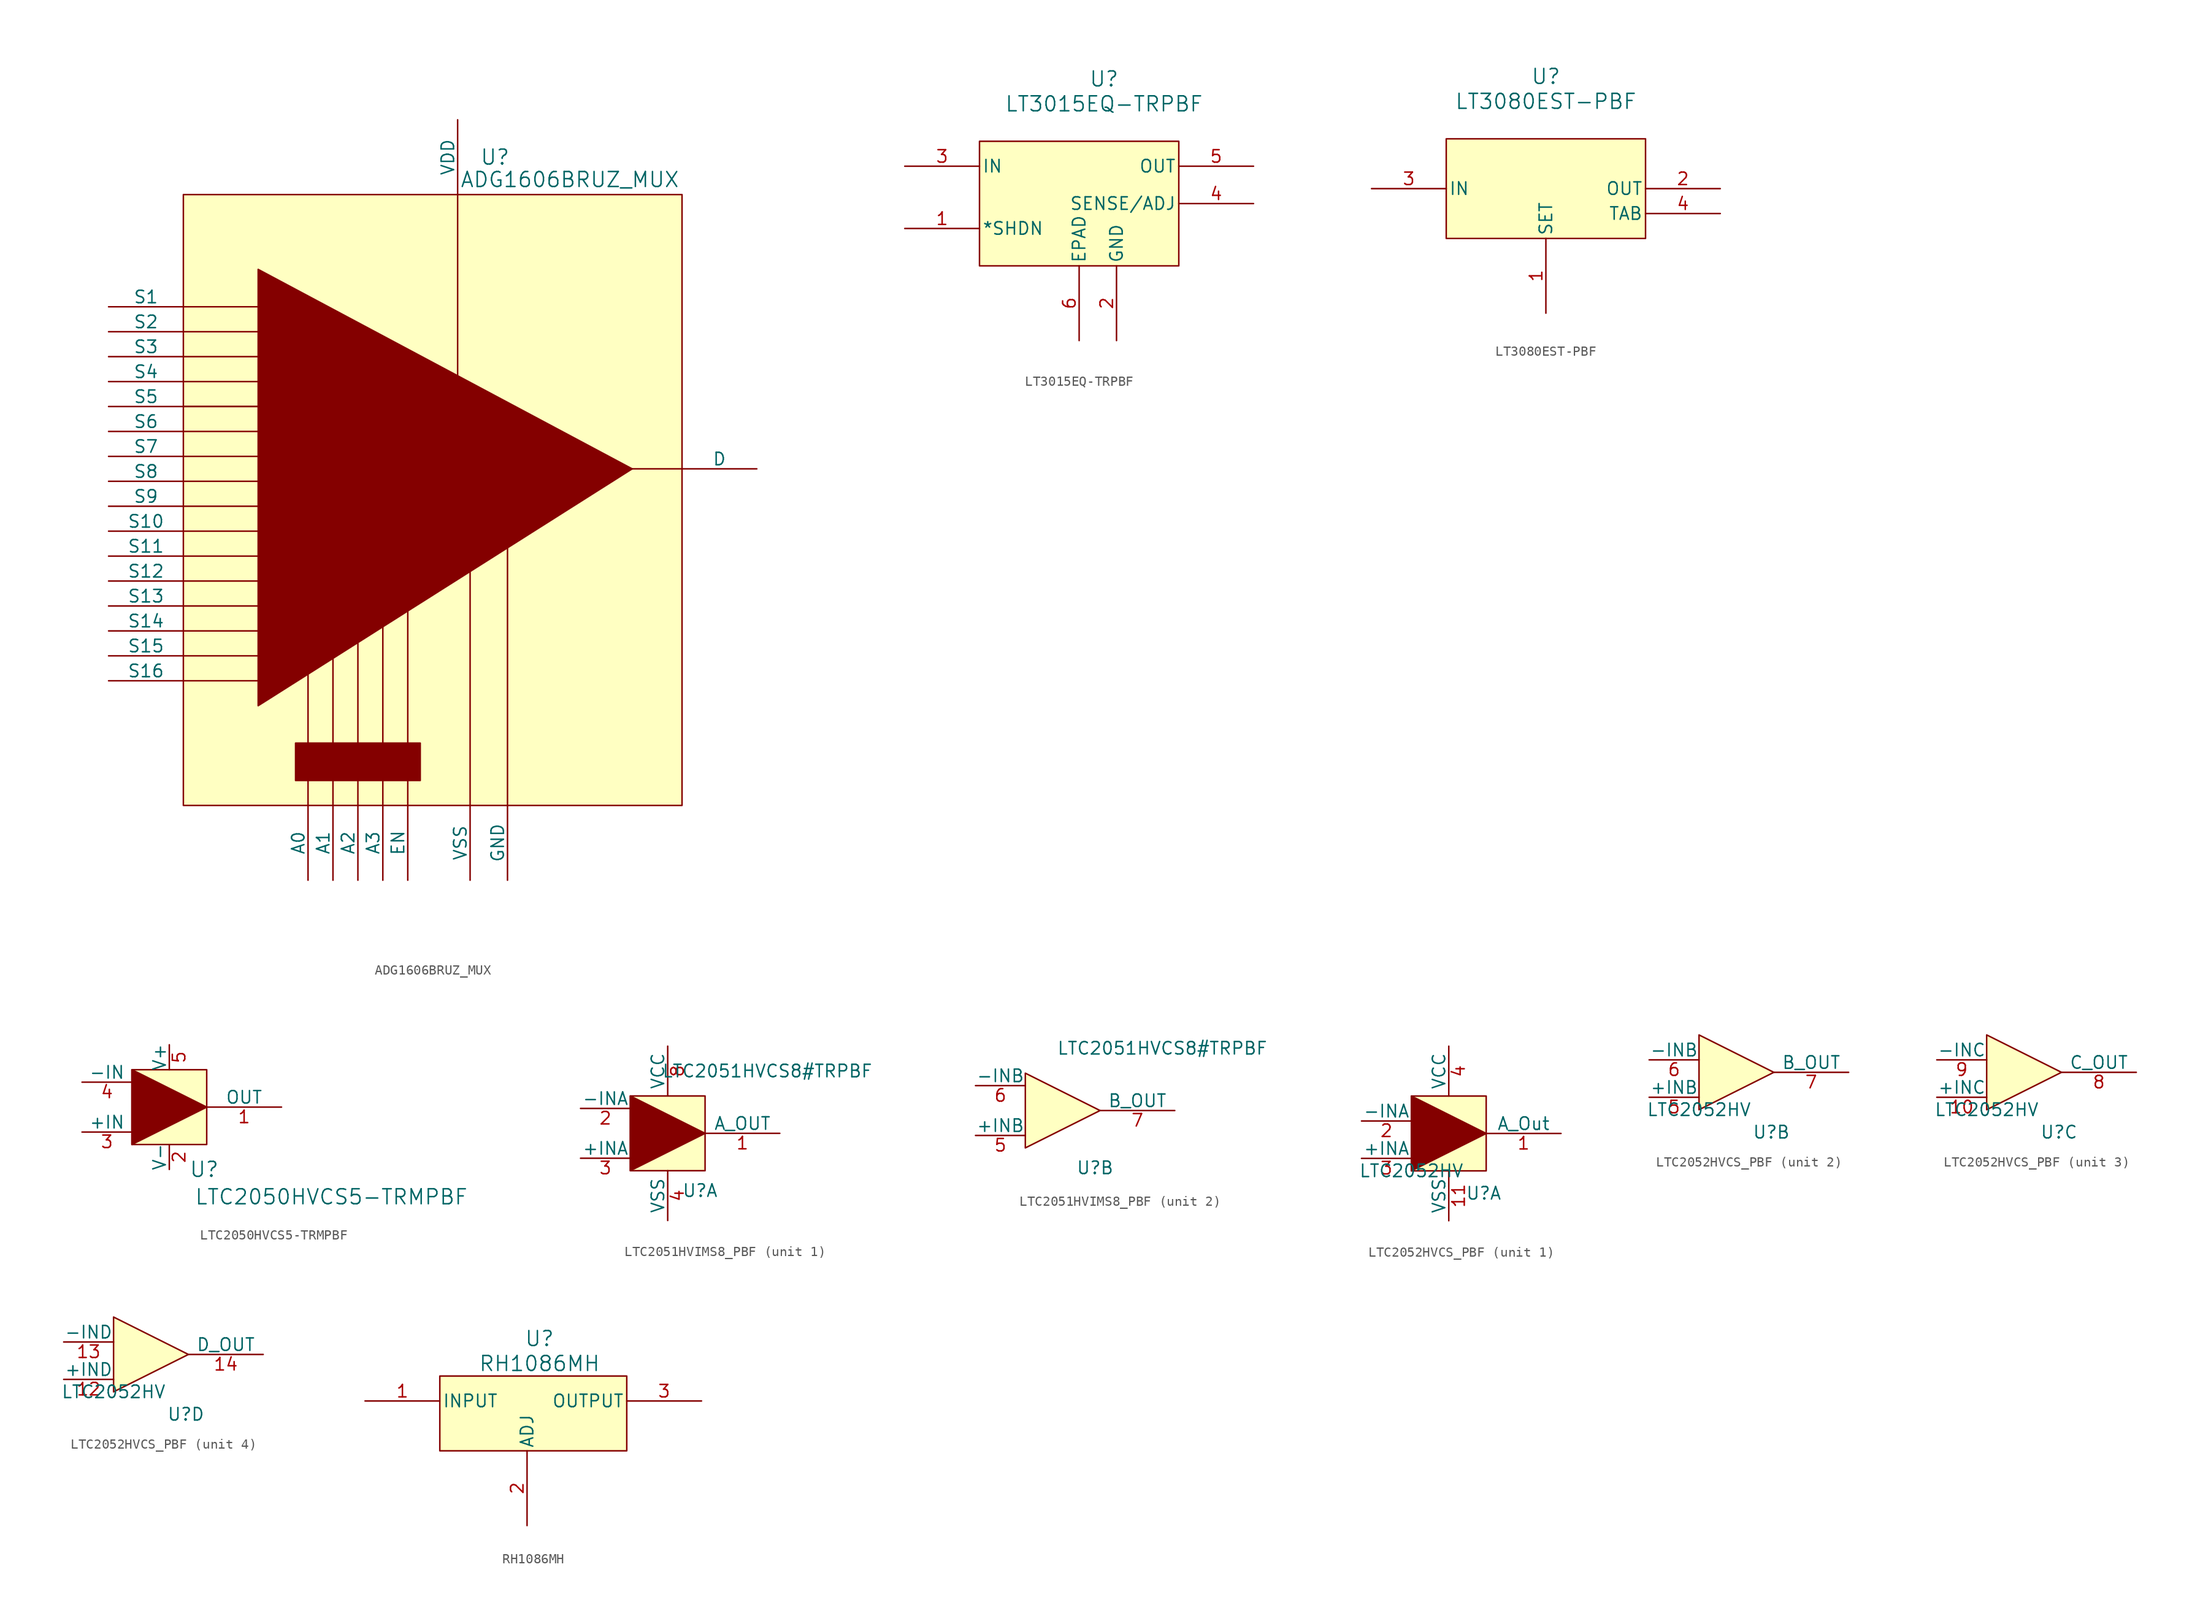
<source format=kicad_sym>
(kicad_symbol_lib
  (version 20231120)
  (generator "kicad_symbol_editor")
  (generator_version "8.0")
  (symbol "ADG1606BRUZ_MUX"
    (pin_numbers hide)
    (pin_names
      (offset 0))
    (property "Reference" "U"
      (at 31.75 66.04 0)
      (effects (font (size 1.524 1.524))))
    (property "Value" "ADG1606BRUZ_MUX"
      (at 39.37 63.754 0)
      (effects (font (size 1.524 1.524))))
    (symbol "ADG1606BRUZ_MUX_0_1"
      (polyline (pts (xy 0 12.7) (xy 7.62 12.7)) (stroke (width 0) (type default)) (fill (type none)))
      (polyline (pts (xy 0 15.24) (xy 7.62 15.24)) (stroke (width 0) (type default)) (fill (type none)))
      (polyline (pts (xy 0 27.94) (xy 7.62 27.94)) (stroke (width 0) (type default)) (fill (type none)))
      (polyline (pts (xy 0 30.48) (xy 7.62 30.48)) (stroke (width 0) (type default)) (fill (type none)))
      (polyline (pts (xy 0 40.64) (xy 7.62 40.64)) (stroke (width 0) (type default)) (fill (type none)))
      (polyline (pts (xy 0 43.18) (xy 7.62 43.18)) (stroke (width 0) (type default)) (fill (type none)))
      (pin power_in line (at 27.94 69.85 270) (length 7.62) (name "VDD" (effects (font (size 1.27 1.27)))) (number "1" (effects (font (size 1.27 1.27)))))
      (pin bidirectional line (at -7.62 27.94 0) (length 7.62) (name "S10" (effects (font (size 1.27 1.27)))) (number "10" (effects (font (size 1.27 1.27)))))
      (pin bidirectional line (at -7.62 30.48 0) (length 7.62) (name "S9" (effects (font (size 1.27 1.27)))) (number "11" (effects (font (size 1.27 1.27)))))
      (pin power_in line (at 33.02 -7.62 90) (length 7.62) (name "GND" (effects (font (size 1.27 1.27)))) (number "12" (effects (font (size 1.27 1.27)))))
      (pin input line (at 20.32 -7.62 90) (length 7.62) (name "A3" (effects (font (size 1.27 1.27)))) (number "14" (effects (font (size 1.27 1.27)))))
      (pin input line (at 17.78 -7.62 90) (length 7.62) (name "A2" (effects (font (size 1.27 1.27)))) (number "15" (effects (font (size 1.27 1.27)))))
      (pin input line (at 15.24 -7.62 90) (length 7.62) (name "A1" (effects (font (size 1.27 1.27)))) (number "16" (effects (font (size 1.27 1.27)))))
      (pin input line (at 12.7 -7.62 90) (length 7.62) (name "A0" (effects (font (size 1.27 1.27)))) (number "17" (effects (font (size 1.27 1.27)))))
      (pin input line (at 22.86 -7.62 90) (length 7.62) (name "EN" (effects (font (size 1.27 1.27)))) (number "18" (effects (font (size 1.27 1.27)))))
      (pin bidirectional line (at -7.62 50.8 0) (length 7.62) (name "S1" (effects (font (size 1.27 1.27)))) (number "19" (effects (font (size 1.27 1.27)))))
      (pin bidirectional line (at -7.62 48.26 0) (length 7.62) (name "S2" (effects (font (size 1.27 1.27)))) (number "20" (effects (font (size 1.27 1.27)))))
      (pin bidirectional line (at -7.62 45.72 0) (length 7.62) (name "S3" (effects (font (size 1.27 1.27)))) (number "21" (effects (font (size 1.27 1.27)))))
      (pin bidirectional line (at -7.62 43.18 0) (length 7.62) (name "S4" (effects (font (size 1.27 1.27)))) (number "22" (effects (font (size 1.27 1.27)))))
      (pin bidirectional line (at -7.62 40.64 0) (length 7.62) (name "S5" (effects (font (size 1.27 1.27)))) (number "23" (effects (font (size 1.27 1.27)))))
      (pin bidirectional line (at -7.62 38.1 0) (length 7.62) (name "S6" (effects (font (size 1.27 1.27)))) (number "24" (effects (font (size 1.27 1.27)))))
      (pin bidirectional line (at -7.62 35.56 0) (length 7.62) (name "S7" (effects (font (size 1.27 1.27)))) (number "25" (effects (font (size 1.27 1.27)))))
      (pin bidirectional line (at -7.62 33.02 0) (length 7.62) (name "S8" (effects (font (size 1.27 1.27)))) (number "26" (effects (font (size 1.27 1.27)))))
      (pin power_in line (at 29.21 -7.62 90) (length 7.62) (name "VSS" (effects (font (size 1.27 1.27)))) (number "27" (effects (font (size 1.27 1.27)))))
      (pin bidirectional line (at 58.42 34.29 180) (length 7.62) (name "D" (effects (font (size 1.27 1.27)))) (number "28" (effects (font (size 1.27 1.27)))))
      (pin bidirectional line (at -7.62 12.7 0) (length 7.62) (name "S16" (effects (font (size 1.27 1.27)))) (number "4" (effects (font (size 1.27 1.27)))))
      (pin bidirectional line (at -7.62 15.24 0) (length 7.62) (name "S15" (effects (font (size 1.27 1.27)))) (number "5" (effects (font (size 1.27 1.27)))))
      (pin bidirectional line (at -7.62 17.78 0) (length 7.62) (name "S14" (effects (font (size 1.27 1.27)))) (number "6" (effects (font (size 1.27 1.27)))))
      (pin bidirectional line (at -7.62 20.32 0) (length 7.62) (name "S13" (effects (font (size 1.27 1.27)))) (number "7" (effects (font (size 1.27 1.27)))))
      (pin bidirectional line (at -7.62 22.86 0) (length 7.62) (name "S12" (effects (font (size 1.27 1.27)))) (number "8" (effects (font (size 1.27 1.27)))))
      (pin bidirectional line (at -7.62 25.4 0) (length 7.62) (name "S11" (effects (font (size 1.27 1.27)))) (number "9" (effects (font (size 1.27 1.27))))))
    (symbol "ADG1606BRUZ_MUX_1_1"
      (polyline (pts (xy 0 17.78) (xy 7.62 17.78)) (stroke (width 0) (type default)) (fill (type none)))
      (polyline (pts (xy 0 20.32) (xy 7.62 20.32)) (stroke (width 0) (type default)) (fill (type none)))
      (polyline (pts (xy 0 22.86) (xy 7.62 22.86)) (stroke (width 0) (type default)) (fill (type none)))
      (polyline (pts (xy 0 25.4) (xy 7.62 25.4)) (stroke (width 0) (type default)) (fill (type none)))
      (polyline (pts (xy 0 33.02) (xy 7.62 33.02)) (stroke (width 0) (type default)) (fill (type none)))
      (polyline (pts (xy 0 35.56) (xy 7.62 35.56)) (stroke (width 0) (type default)) (fill (type none)))
      (polyline (pts (xy 0 38.1) (xy 7.62 38.1)) (stroke (width 0) (type default)) (fill (type none)))
      (polyline (pts (xy 0 40.64) (xy 7.62 40.64)) (stroke (width 0) (type default)) (fill (type none)))
      (polyline (pts (xy 0 45.72) (xy 7.62 45.72)) (stroke (width 0) (type default)) (fill (type none)))
      (polyline (pts (xy 0 48.26) (xy 7.62 48.26)) (stroke (width 0) (type default)) (fill (type none)))
      (polyline (pts (xy 0 50.8) (xy 7.62 50.8)) (stroke (width 0) (type default)) (fill (type none)))
      (polyline (pts (xy 12.7 0) (xy 12.7 13.97)) (stroke (width 0) (type default)) (fill (type none)))
      (polyline (pts (xy 15.24 0) (xy 15.24 15.24)) (stroke (width 0) (type default)) (fill (type none)))
      (polyline (pts (xy 17.78 0) (xy 17.78 16.51)) (stroke (width 0) (type default)) (fill (type none)))
      (polyline (pts (xy 20.32 0) (xy 20.32 20.32)) (stroke (width 0) (type default)) (fill (type none)))
      (polyline (pts (xy 22.86 0) (xy 22.86 20.32)) (stroke (width 0) (type default)) (fill (type none)))
      (polyline (pts (xy 27.94 62.23) (xy 27.94 43.18)) (stroke (width 0) (type default)) (fill (type none)))
      (polyline (pts (xy 29.21 0) (xy 29.21 26.67)) (stroke (width 0) (type default)) (fill (type none)))
      (polyline (pts (xy 33.02 0) (xy 33.02 27.94)) (stroke (width 0) (type default)) (fill (type none)))
      (polyline (pts (xy 50.8 34.29) (xy 45.72 34.29)) (stroke (width 0) (type default)) (fill (type none)))
      (polyline (pts (xy 7.62 10.16) (xy 7.62 54.61) (xy 45.72 34.29) (xy 7.62 10.16)) (stroke (width 0) (type default)) (fill (type outline)))
      (rectangle (start 0 62.23) (end 50.8 0) (stroke (width 0) (type default)) (fill (type background)))
      (rectangle (start 11.43 6.35) (end 24.13 2.54) (stroke (width 0) (type default)) (fill (type outline)))
      (pin no_connect line (at -7.62 3.81 0) (length 7.62) hide (name "NC" (effects (font (size 1.27 1.27)))) (number "13" (effects (font (size 1.27 1.27)))))
      (pin no_connect line (at -7.62 8.89 0) (length 7.62) hide (name "NC" (effects (font (size 1.27 1.27)))) (number "2" (effects (font (size 1.27 1.27)))))
      (pin no_connect line (at -7.62 6.35 0) (length 7.62) hide (name "NC" (effects (font (size 1.27 1.27)))) (number "3" (effects (font (size 1.27 1.27)))))))
  (symbol "LT3015EQ-TRPBF"
    (pin_names
      (offset 0.254))
    (property "Reference" "U"
      (at 25.4 10.16 0)
      (effects (font (size 1.524 1.524))))
    (property "Value" "LT3015EQ-TRPBF"
      (at 25.4 7.62 0)
      (effects (font (size 1.524 1.524))))
    (property "ki_locked" ""
      (at 0 0 0)
      (effects (font (size 1.27 1.27))))
    (symbol "LT3015EQ-TRPBF_0_1"
      (pin bidirectional line (at 5.08 -5.08 0) (length 7.62) (name "*SHDN" (effects (font (size 1.27 1.27)))) (number "1" (effects (font (size 1.27 1.27)))))
      (pin power_in line (at 26.67 -16.51 90) (length 7.62) (name "GND" (effects (font (size 1.27 1.27)))) (number "2" (effects (font (size 1.27 1.27)))))
      (pin input line (at 5.08 1.27 0) (length 7.62) (name "IN" (effects (font (size 1.27 1.27)))) (number "3" (effects (font (size 1.27 1.27)))))
      (pin input line (at 40.64 -2.54 180) (length 7.62) (name "SENSE/ADJ" (effects (font (size 1.27 1.27)))) (number "4" (effects (font (size 1.27 1.27)))))
      (pin output line (at 40.64 1.27 180) (length 7.62) (name "OUT" (effects (font (size 1.27 1.27)))) (number "5" (effects (font (size 1.27 1.27)))))
      (pin unspecified line (at 22.86 -16.51 90) (length 7.62) (name "EPAD" (effects (font (size 1.27 1.27)))) (number "6" (effects (font (size 1.27 1.27))))))
    (symbol "LT3015EQ-TRPBF_1_1"
      (rectangle (start 12.7 3.81) (end 33.02 -8.89) (stroke (width 0) (type default)) (fill (type background)))))
  (symbol "LT3080EST-PBF"
    (pin_names
      (offset 0.254))
    (property "Reference" "U"
      (at 10.16 16.51 0)
      (effects (font (size 1.524 1.524))))
    (property "Value" "LT3080EST-PBF"
      (at 10.16 13.97 0)
      (effects (font (size 1.524 1.524))))
    (symbol "LT3080EST-PBF_0_1"
      (pin input line (at 10.16 -7.62 90) (length 7.62) (name "SET" (effects (font (size 1.27 1.27)))) (number "1" (effects (font (size 1.27 1.27)))))
      (pin output line (at 27.94 5.08 180) (length 7.62) (name "OUT" (effects (font (size 1.27 1.27)))) (number "2" (effects (font (size 1.27 1.27)))))
      (pin power_in line (at -7.62 5.08 0) (length 7.62) (name "IN" (effects (font (size 1.27 1.27)))) (number "3" (effects (font (size 1.27 1.27))))))
    (symbol "LT3080EST-PBF_1_1"
      (rectangle (start 0 10.16) (end 20.32 0) (stroke (width 0) (type default)) (fill (type background)))
      (pin output line (at 27.94 2.54 180) (length 7.62) (name "TAB" (effects (font (size 1.27 1.27)))) (number "4" (effects (font (size 1.27 1.27)))))))
  (symbol "LTC2050HVCS5-TRMPBF"
    (pin_names
      (offset 0))
    (property "Reference" "U"
      (at 7.366 -2.54 0)
      (effects (font (size 1.524 1.524))))
    (property "Value" "LTC2050HVCS5-TRMPBF"
      (at 20.32 -5.334 0)
      (effects (font (size 1.524 1.524))))
    (symbol "LTC2050HVCS5-TRMPBF_1_1"
      (polyline (pts (xy 0 0) (xy 0 7.62) (xy 7.62 3.81) (xy 0 0)) (stroke (width 0) (type default)) (fill (type outline)))
      (rectangle (start 0 7.62) (end 7.62 0) (stroke (width 0) (type default)) (fill (type background)))
      (pin output line (at 15.24 3.81 180) (length 7.62) (name "OUT" (effects (font (size 1.27 1.27)))) (number "1" (effects (font (size 1.27 1.27)))))
      (pin power_in line (at 3.81 -2.54 90) (length 2.54) (name "V-" (effects (font (size 1.27 1.27)))) (number "2" (effects (font (size 1.27 1.27)))))
      (pin input line (at -5.08 1.27 0) (length 5.08) (name "+IN" (effects (font (size 1.27 1.27)))) (number "3" (effects (font (size 1.27 1.27)))))
      (pin input line (at -5.08 6.35 0) (length 5.08) (name "-IN" (effects (font (size 1.27 1.27)))) (number "4" (effects (font (size 1.27 1.27)))))
      (pin power_in line (at 3.81 10.16 270) (length 2.54) (name "V+" (effects (font (size 1.27 1.27)))) (number "5" (effects (font (size 1.27 1.27)))))))
  (symbol "LTC2051HVIMS8_PBF"
    (pin_names
      (offset 0))
    (property "Reference" "U"
      (at 7.112 -2.032 0)
      (effects (font (size 1.27 1.27))))
    (property "Value" "LTC2051HVCS8#TRPBF"
      (at 13.97 10.16 0)
      (effects (font (size 1.27 1.27))))
    (property "ki_locked" ""
      (at 0 0 0)
      (effects (font (size 1.27 1.27))))
    (symbol "LTC2051HVIMS8_PBF_1_1"
      (polyline (pts (xy 0 0) (xy 0 7.62) (xy 7.62 3.81) (xy 0 0)) (stroke (width 0) (type default)) (fill (type outline)))
      (rectangle (start 0 7.62) (end 7.62 0) (stroke (width 0) (type default)) (fill (type background)))
      (pin output line (at 15.24 3.81 180) (length 7.62) (name "A_OUT" (effects (font (size 1.27 1.27)))) (number "1" (effects (font (size 1.27 1.27)))))
      (pin input line (at -5.08 6.35 0) (length 5.08) (name "-INA" (effects (font (size 1.27 1.27)))) (number "2" (effects (font (size 1.27 1.27)))))
      (pin input line (at -5.08 1.27 0) (length 5.08) (name "+INA" (effects (font (size 1.27 1.27)))) (number "3" (effects (font (size 1.27 1.27)))))
      (pin power_in line (at 3.81 -5.08 90) (length 5.08) (name "VSS" (effects (font (size 1.27 1.27)))) (number "4" (effects (font (size 1.27 1.27)))))
      (pin power_in line (at 3.81 12.7 270) (length 5.08) (name "VCC" (effects (font (size 1.27 1.27)))) (number "8" (effects (font (size 1.27 1.27))))))
    (symbol "LTC2051HVIMS8_PBF_2_1"
      (polyline (pts (xy 0 0) (xy 0 7.62) (xy 7.62 3.81) (xy 0 0)) (stroke (width 0) (type default)) (fill (type background)))
      (pin input line (at -5.08 1.27 0) (length 5.08) (name "+INB" (effects (font (size 1.27 1.27)))) (number "5" (effects (font (size 1.27 1.27)))))
      (pin input line (at -5.08 6.35 0) (length 5.08) (name "-INB" (effects (font (size 1.27 1.27)))) (number "6" (effects (font (size 1.27 1.27)))))
      (pin output line (at 15.24 3.81 180) (length 7.62) (name "B_OUT" (effects (font (size 1.27 1.27)))) (number "7" (effects (font (size 1.27 1.27)))))))
  (symbol "LTC2052HVCS_PBF"
    (pin_names
      (offset 0))
    (property "Reference" "U"
      (at 7.366 -2.286 0)
      (effects (font (size 1.27 1.27))))
    (property "Value" "LTC2052HV"
      (at 0 0 0)
      (effects (font (size 1.27 1.27))))
    (property "ki_locked" ""
      (at 0 0 0)
      (effects (font (size 1.27 1.27))))
    (symbol "LTC2052HVCS_PBF_1_1"
      (polyline (pts (xy 0 0) (xy 0 7.62) (xy 7.62 3.81) (xy 0 0)) (stroke (width 0) (type default)) (fill (type outline)))
      (rectangle (start 0 7.62) (end 7.62 0) (stroke (width 0) (type default)) (fill (type background)))
      (pin output line (at 15.24 3.81 180) (length 7.62) (name "A_Out" (effects (font (size 1.27 1.27)))) (number "1" (effects (font (size 1.27 1.27)))))
      (pin power_in line (at 3.81 -5.08 90) (length 5.08) (name "VSS" (effects (font (size 1.27 1.27)))) (number "11" (effects (font (size 1.27 1.27)))))
      (pin input line (at -5.08 5.08 0) (length 5.08) (name "-INA" (effects (font (size 1.27 1.27)))) (number "2" (effects (font (size 1.27 1.27)))))
      (pin input line (at -5.08 1.27 0) (length 5.08) (name "+INA" (effects (font (size 1.27 1.27)))) (number "3" (effects (font (size 1.27 1.27)))))
      (pin power_in line (at 3.81 12.7 270) (length 5.08) (name "VCC" (effects (font (size 1.27 1.27)))) (number "4" (effects (font (size 1.27 1.27))))))
    (symbol "LTC2052HVCS_PBF_2_1"
      (polyline (pts (xy 0 0) (xy 0 7.62) (xy 7.62 3.81) (xy 0 0)) (stroke (width 0) (type default)) (fill (type background)))
      (pin input line (at -5.08 1.27 0) (length 5.08) (name "+INB" (effects (font (size 1.27 1.27)))) (number "5" (effects (font (size 1.27 1.27)))))
      (pin input line (at -5.08 5.08 0) (length 5.08) (name "-INB" (effects (font (size 1.27 1.27)))) (number "6" (effects (font (size 1.27 1.27)))))
      (pin output line (at 15.24 3.81 180) (length 7.62) (name "B_OUT" (effects (font (size 1.27 1.27)))) (number "7" (effects (font (size 1.27 1.27))))))
    (symbol "LTC2052HVCS_PBF_3_1"
      (polyline (pts (xy 0 0) (xy 0 7.62) (xy 7.62 3.81) (xy 0 0)) (stroke (width 0) (type default)) (fill (type background)))
      (pin input line (at -5.08 1.27 0) (length 5.08) (name "+INC" (effects (font (size 1.27 1.27)))) (number "10" (effects (font (size 1.27 1.27)))))
      (pin output line (at 15.24 3.81 180) (length 7.62) (name "C_OUT" (effects (font (size 1.27 1.27)))) (number "8" (effects (font (size 1.27 1.27)))))
      (pin input line (at -5.08 5.08 0) (length 5.08) (name "-INC" (effects (font (size 1.27 1.27)))) (number "9" (effects (font (size 1.27 1.27))))))
    (symbol "LTC2052HVCS_PBF_4_1"
      (polyline (pts (xy 0 0) (xy 0 7.62) (xy 7.62 3.81) (xy 0 0)) (stroke (width 0) (type default)) (fill (type background)))
      (pin input line (at -5.08 1.27 0) (length 5.08) (name "+IND" (effects (font (size 1.27 1.27)))) (number "12" (effects (font (size 1.27 1.27)))))
      (pin input line (at -5.08 5.08 0) (length 5.08) (name "-IND" (effects (font (size 1.27 1.27)))) (number "13" (effects (font (size 1.27 1.27)))))
      (pin output line (at 15.24 3.81 180) (length 7.62) (name "D_OUT" (effects (font (size 1.27 1.27)))) (number "14" (effects (font (size 1.27 1.27)))))))
  (symbol "RH1086MH"
    (pin_names
      (offset 0.254))
    (property "Reference" "U"
      (at 17.78 6.35 0)
      (effects (font (size 1.524 1.524))))
    (property "Value" "RH1086MH"
      (at 17.78 3.81 0)
      (effects (font (size 1.524 1.524))))
    (property "ki_locked" ""
      (at 0 0 0)
      (effects (font (size 1.27 1.27))))
    (symbol "RH1086MH_0_1"
      (pin unspecified line (at 0 0 0) (length 7.62) (name "INPUT" (effects (font (size 1.27 1.27)))) (number "1" (effects (font (size 1.27 1.27)))))
      (pin unspecified line (at 16.51 -12.7 90) (length 7.62) (name "ADJ" (effects (font (size 1.27 1.27)))) (number "2" (effects (font (size 1.27 1.27))))))
    (symbol "RH1086MH_1_1"
      (rectangle (start 7.62 2.54) (end 26.67 -5.08) (stroke (width 0) (type default)) (fill (type background)))
      (pin unspecified line (at 34.29 0 180) (length 7.62) (name "OUTPUT" (effects (font (size 1.27 1.27)))) (number "3" (effects (font (size 1.27 1.27))))))))
</source>
